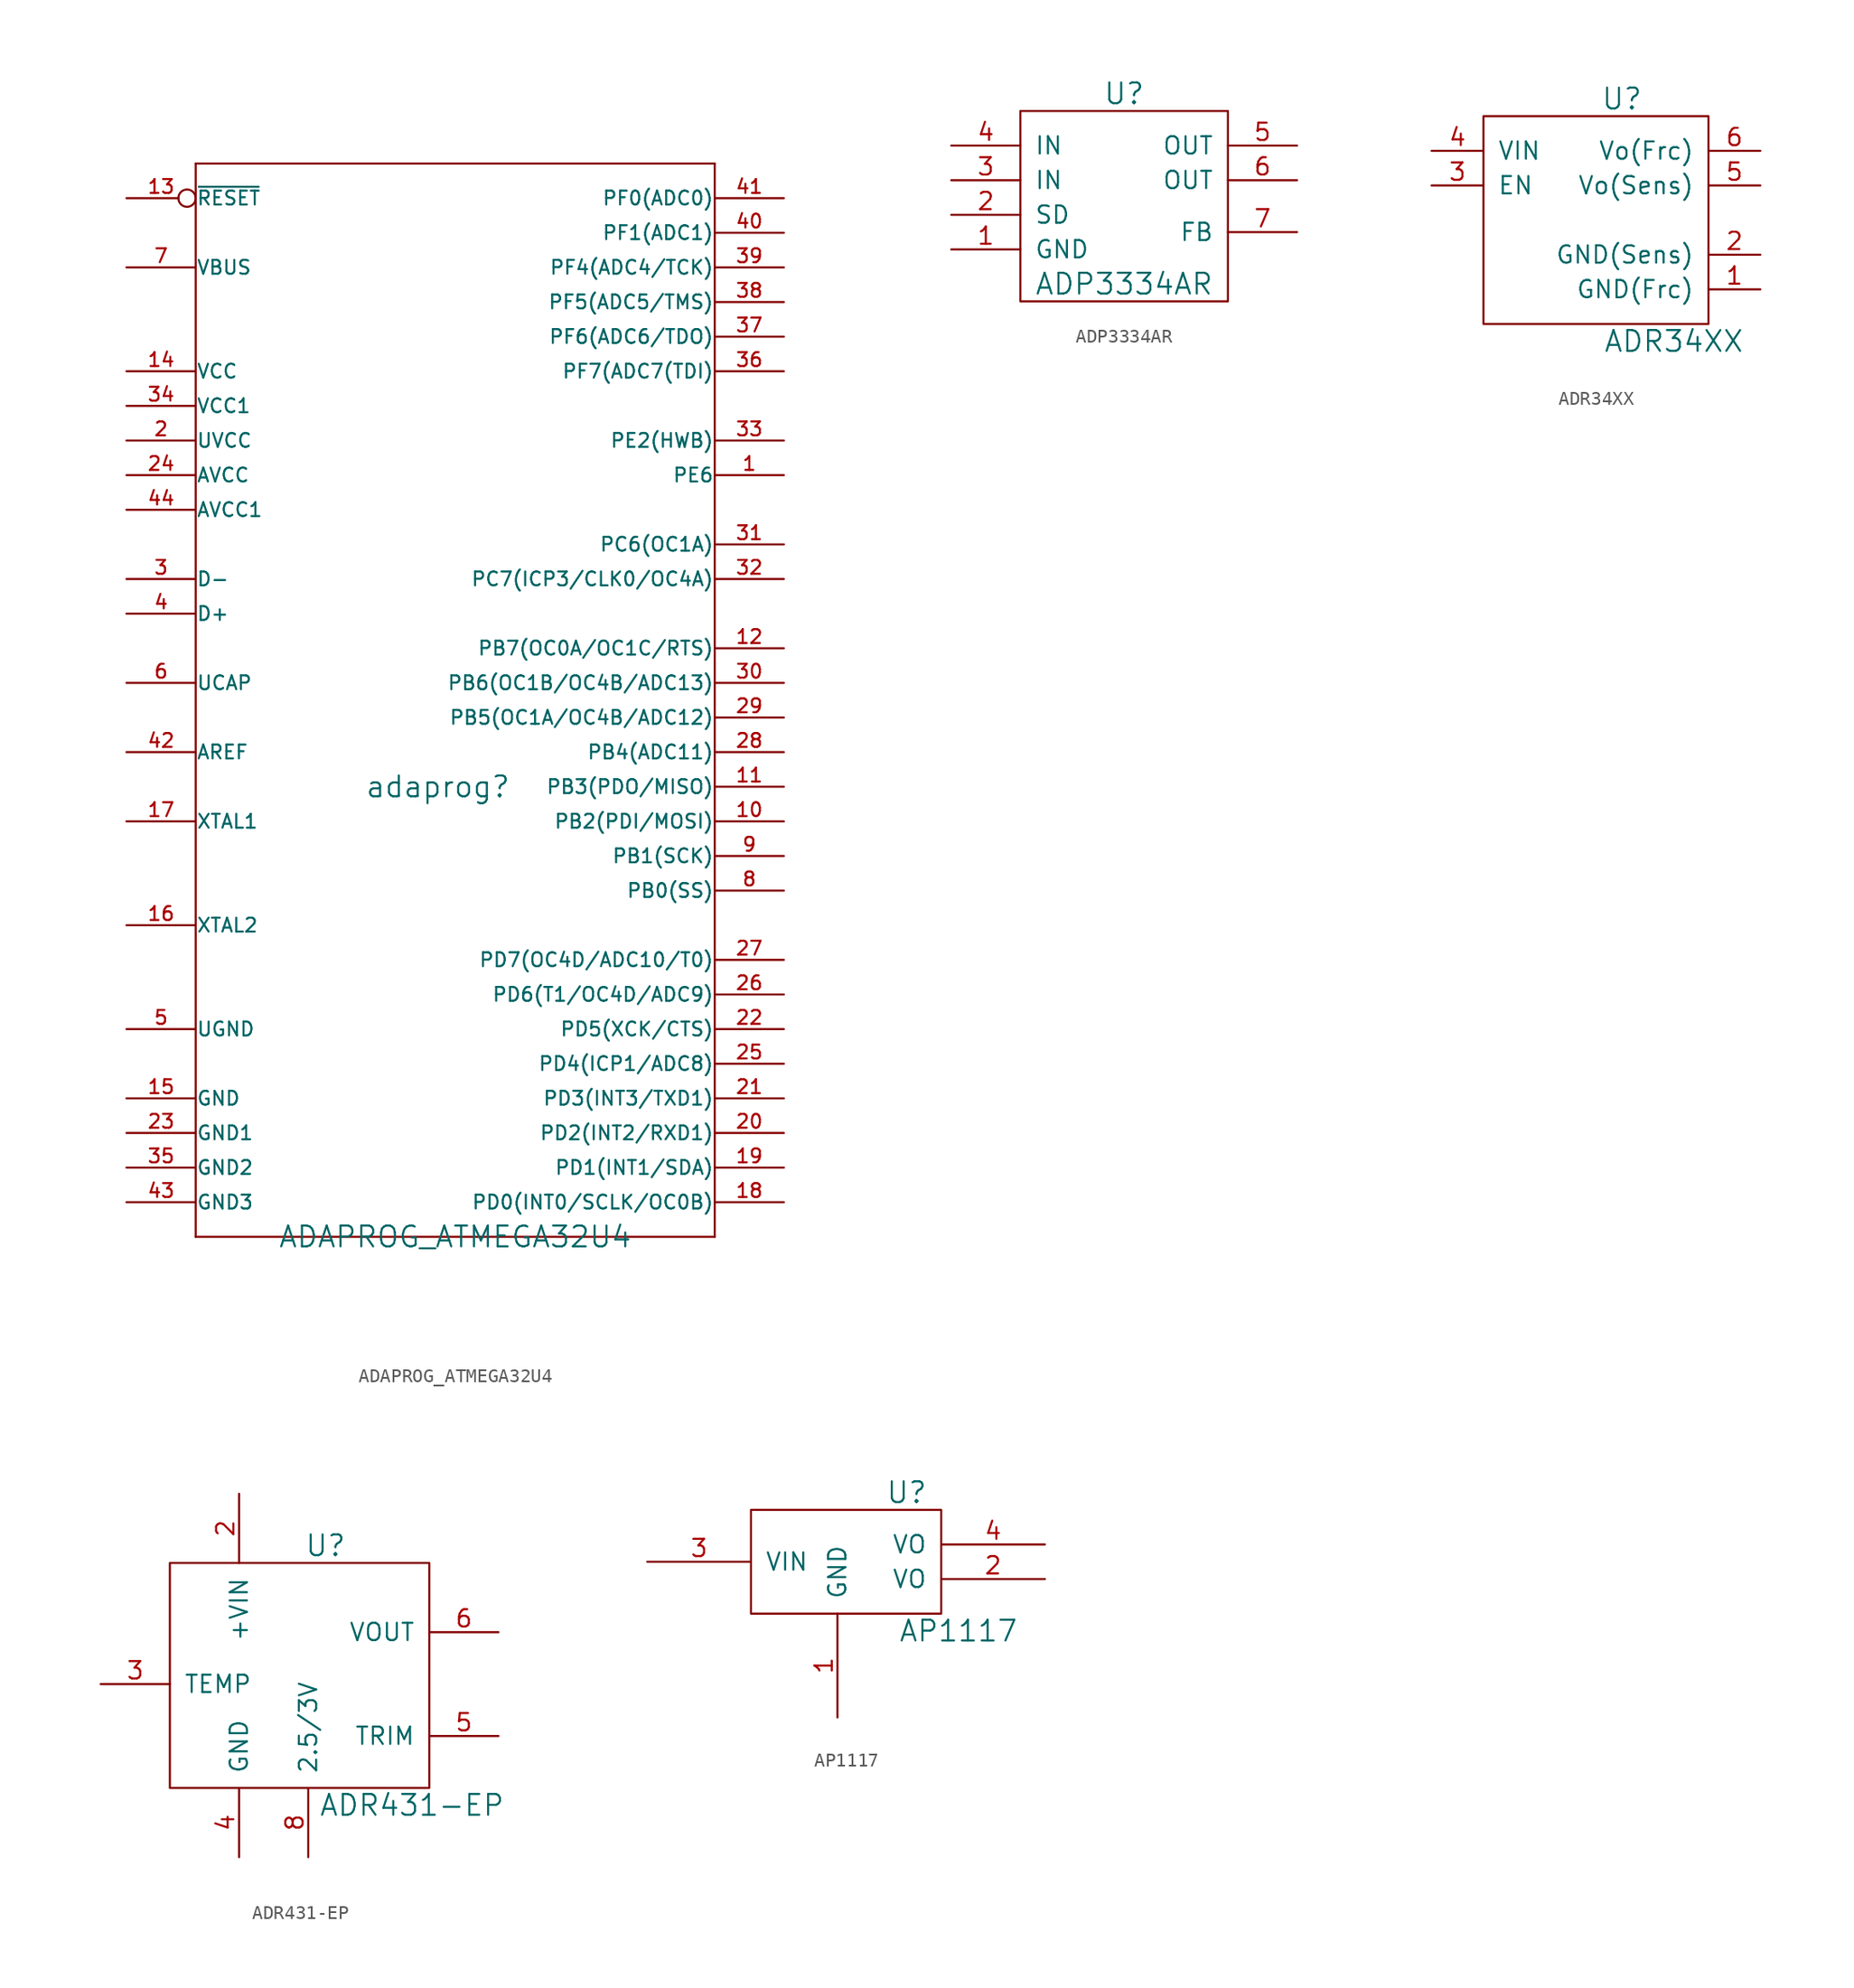
<source format=kicad_sym>
(kicad_symbol_lib
  (version 20220914)
  (generator kicad_symbol_editor)
  (symbol "ADAPROG_ATMEGA32U4"
    (pin_names
      (offset 0.025))
    (property "Reference" "adaprog"
      (at 0 0 0)
      (effects (font (size 1.524 1.524))))
    (property "Value" "ADAPROG_ATMEGA32U4"
      (at 1.27 -33.02 0)
      (effects (font (size 1.524 1.524))))
    (property "Footprint" ""
      (at 0 0 0)
      (effects (font (size 1.524 1.524))))
    (property "Datasheet" ""
      (at 0 0 0)
      (effects (font (size 1.524 1.524))))
    (symbol "ADAPROG_ATMEGA32U4_1_0"
      (polyline (pts (xy -17.78 -33.02) (xy -17.78 45.72)) (stroke (width 0) (type default)) (fill (type none)))
      (polyline (pts (xy -17.78 45.72) (xy 20.32 45.72)) (stroke (width 0) (type default)) (fill (type none)))
      (polyline (pts (xy 20.32 -33.02) (xy -17.78 -33.02)) (stroke (width 0) (type default)) (fill (type none)))
      (polyline (pts (xy 20.32 45.72) (xy 20.32 -33.02)) (stroke (width 0) (type default)) (fill (type none))))
    (symbol "ADAPROG_ATMEGA32U4_1_1"
      (pin bidirectional line (at 25.4 22.86 180) (length 5.08) (name "PE6" (effects (font (size 1.016 1.016)))) (number "1" (effects (font (size 1.016 1.016)))))
      (pin bidirectional line (at 25.4 -2.54 180) (length 5.08) (name "PB2(PDI/MOSI)" (effects (font (size 1.016 1.016)))) (number "10" (effects (font (size 1.016 1.016)))))
      (pin bidirectional line (at 25.4 0 180) (length 5.08) (name "PB3(PDO/MISO)" (effects (font (size 1.016 1.016)))) (number "11" (effects (font (size 1.016 1.016)))))
      (pin bidirectional line (at 25.4 10.16 180) (length 5.08) (name "PB7(OC0A/OC1C/RTS)" (effects (font (size 1.016 1.016)))) (number "12" (effects (font (size 1.016 1.016)))))
      (pin bidirectional inverted (at -22.86 43.18 0) (length 5.08) (name "~{RESET}" (effects (font (size 1.016 1.016)))) (number "13" (effects (font (size 1.016 1.016)))))
      (pin power_in line (at -22.86 30.48 0) (length 5.08) (name "VCC" (effects (font (size 1.016 1.016)))) (number "14" (effects (font (size 1.016 1.016)))))
      (pin power_in line (at -22.86 -22.86 0) (length 5.08) (name "GND" (effects (font (size 1.016 1.016)))) (number "15" (effects (font (size 1.016 1.016)))))
      (pin bidirectional line (at -22.86 -10.16 0) (length 5.08) (name "XTAL2" (effects (font (size 1.016 1.016)))) (number "16" (effects (font (size 1.016 1.016)))))
      (pin bidirectional line (at -22.86 -2.54 0) (length 5.08) (name "XTAL1" (effects (font (size 1.016 1.016)))) (number "17" (effects (font (size 1.016 1.016)))))
      (pin bidirectional line (at 25.4 -30.48 180) (length 5.08) (name "PD0(INT0/SCLK/OC0B)" (effects (font (size 1.016 1.016)))) (number "18" (effects (font (size 1.016 1.016)))))
      (pin bidirectional line (at 25.4 -27.94 180) (length 5.08) (name "PD1(INT1/SDA)" (effects (font (size 1.016 1.016)))) (number "19" (effects (font (size 1.016 1.016)))))
      (pin bidirectional line (at -22.86 25.4 0) (length 5.08) (name "UVCC" (effects (font (size 1.016 1.016)))) (number "2" (effects (font (size 1.016 1.016)))))
      (pin bidirectional line (at 25.4 -25.4 180) (length 5.08) (name "PD2(INT2/RXD1)" (effects (font (size 1.016 1.016)))) (number "20" (effects (font (size 1.016 1.016)))))
      (pin bidirectional line (at 25.4 -22.86 180) (length 5.08) (name "PD3(INT3/TXD1)" (effects (font (size 1.016 1.016)))) (number "21" (effects (font (size 1.016 1.016)))))
      (pin bidirectional line (at 25.4 -17.78 180) (length 5.08) (name "PD5(XCK/CTS)" (effects (font (size 1.016 1.016)))) (number "22" (effects (font (size 1.016 1.016)))))
      (pin power_in line (at -22.86 -25.4 0) (length 5.08) (name "GND1" (effects (font (size 1.016 1.016)))) (number "23" (effects (font (size 1.016 1.016)))))
      (pin power_in line (at -22.86 22.86 0) (length 5.08) (name "AVCC" (effects (font (size 1.016 1.016)))) (number "24" (effects (font (size 1.016 1.016)))))
      (pin bidirectional line (at 25.4 -20.32 180) (length 5.08) (name "PD4(ICP1/ADC8)" (effects (font (size 1.016 1.016)))) (number "25" (effects (font (size 1.016 1.016)))))
      (pin bidirectional line (at 25.4 -15.24 180) (length 5.08) (name "PD6(T1/OC4D/ADC9)" (effects (font (size 1.016 1.016)))) (number "26" (effects (font (size 1.016 1.016)))))
      (pin bidirectional line (at 25.4 -12.7 180) (length 5.08) (name "PD7(OC4D/ADC10/T0)" (effects (font (size 1.016 1.016)))) (number "27" (effects (font (size 1.016 1.016)))))
      (pin bidirectional line (at 25.4 2.54 180) (length 5.08) (name "PB4(ADC11)" (effects (font (size 1.016 1.016)))) (number "28" (effects (font (size 1.016 1.016)))))
      (pin bidirectional line (at 25.4 5.08 180) (length 5.08) (name "PB5(OC1A/OC4B/ADC12)" (effects (font (size 1.016 1.016)))) (number "29" (effects (font (size 1.016 1.016)))))
      (pin bidirectional line (at -22.86 15.24 0) (length 5.08) (name "D-" (effects (font (size 1.016 1.016)))) (number "3" (effects (font (size 1.016 1.016)))))
      (pin bidirectional line (at 25.4 7.62 180) (length 5.08) (name "PB6(OC1B/OC4B/ADC13)" (effects (font (size 1.016 1.016)))) (number "30" (effects (font (size 1.016 1.016)))))
      (pin bidirectional line (at 25.4 17.78 180) (length 5.08) (name "PC6(OC1A)" (effects (font (size 1.016 1.016)))) (number "31" (effects (font (size 1.016 1.016)))))
      (pin bidirectional line (at 25.4 15.24 180) (length 5.08) (name "PC7(ICP3/CLK0/OC4A)" (effects (font (size 1.016 1.016)))) (number "32" (effects (font (size 1.016 1.016)))))
      (pin bidirectional line (at 25.4 25.4 180) (length 5.08) (name "PE2(HWB)" (effects (font (size 1.016 1.016)))) (number "33" (effects (font (size 1.016 1.016)))))
      (pin power_in line (at -22.86 27.94 0) (length 5.08) (name "VCC1" (effects (font (size 1.016 1.016)))) (number "34" (effects (font (size 1.016 1.016)))))
      (pin power_in line (at -22.86 -27.94 0) (length 5.08) (name "GND2" (effects (font (size 1.016 1.016)))) (number "35" (effects (font (size 1.016 1.016)))))
      (pin bidirectional line (at 25.4 30.48 180) (length 5.08) (name "PF7(ADC7(TDI)" (effects (font (size 1.016 1.016)))) (number "36" (effects (font (size 1.016 1.016)))))
      (pin bidirectional line (at 25.4 33.02 180) (length 5.08) (name "PF6(ADC6/TDO)" (effects (font (size 1.016 1.016)))) (number "37" (effects (font (size 1.016 1.016)))))
      (pin bidirectional line (at 25.4 35.56 180) (length 5.08) (name "PF5(ADC5/TMS)" (effects (font (size 1.016 1.016)))) (number "38" (effects (font (size 1.016 1.016)))))
      (pin bidirectional line (at 25.4 38.1 180) (length 5.08) (name "PF4(ADC4/TCK)" (effects (font (size 1.016 1.016)))) (number "39" (effects (font (size 1.016 1.016)))))
      (pin bidirectional line (at -22.86 12.7 0) (length 5.08) (name "D+" (effects (font (size 1.016 1.016)))) (number "4" (effects (font (size 1.016 1.016)))))
      (pin bidirectional line (at 25.4 40.64 180) (length 5.08) (name "PF1(ADC1)" (effects (font (size 1.016 1.016)))) (number "40" (effects (font (size 1.016 1.016)))))
      (pin bidirectional line (at 25.4 43.18 180) (length 5.08) (name "PF0(ADC0)" (effects (font (size 1.016 1.016)))) (number "41" (effects (font (size 1.016 1.016)))))
      (pin bidirectional line (at -22.86 2.54 0) (length 5.08) (name "AREF" (effects (font (size 1.016 1.016)))) (number "42" (effects (font (size 1.016 1.016)))))
      (pin power_in line (at -22.86 -30.48 0) (length 5.08) (name "GND3" (effects (font (size 1.016 1.016)))) (number "43" (effects (font (size 1.016 1.016)))))
      (pin power_in line (at -22.86 20.32 0) (length 5.08) (name "AVCC1" (effects (font (size 1.016 1.016)))) (number "44" (effects (font (size 1.016 1.016)))))
      (pin power_in line (at -22.86 -17.78 0) (length 5.08) (name "UGND" (effects (font (size 1.016 1.016)))) (number "5" (effects (font (size 1.016 1.016)))))
      (pin power_in line (at -22.86 7.62 0) (length 5.08) (name "UCAP" (effects (font (size 1.016 1.016)))) (number "6" (effects (font (size 1.016 1.016)))))
      (pin power_in line (at -22.86 38.1 0) (length 5.08) (name "VBUS" (effects (font (size 1.016 1.016)))) (number "7" (effects (font (size 1.016 1.016)))))
      (pin bidirectional line (at 25.4 -7.62 180) (length 5.08) (name "PB0(SS)" (effects (font (size 1.016 1.016)))) (number "8" (effects (font (size 1.016 1.016)))))
      (pin bidirectional line (at 25.4 -5.08 180) (length 5.08) (name "PB1(SCK)" (effects (font (size 1.016 1.016)))) (number "9" (effects (font (size 1.016 1.016)))))))
  (symbol "ADP3334AR"
    (pin_names
      (offset 1.016))
    (property "Reference" "U"
      (at 0 8.89 0)
      (effects (font (size 1.524 1.524))))
    (property "Value" "ADP3334AR"
      (at 0 -5.08 0)
      (effects (font (size 1.524 1.524))))
    (property "Footprint" ""
      (at 0 0 0)
      (effects (font (size 1.524 1.524))))
    (property "Datasheet" ""
      (at 0 0 0)
      (effects (font (size 1.524 1.524))))
    (symbol "ADP3334AR_0_1"
      (rectangle (start -7.62 -6.35) (end 7.62 7.62) (stroke (width 0) (type default)) (fill (type none))))
    (symbol "ADP3334AR_1_1"
      (pin passive line (at -12.7 -2.54 0) (length 5.08) (name "GND" (effects (font (size 1.27 1.27)))) (number "1" (effects (font (size 1.27 1.27)))))
      (pin passive line (at -12.7 0 0) (length 5.08) (name "SD" (effects (font (size 1.27 1.27)))) (number "2" (effects (font (size 1.27 1.27)))))
      (pin power_in line (at -12.7 2.54 0) (length 5.08) (name "IN" (effects (font (size 1.27 1.27)))) (number "3" (effects (font (size 1.27 1.27)))))
      (pin power_in line (at -12.7 5.08 0) (length 5.08) (name "IN" (effects (font (size 1.27 1.27)))) (number "4" (effects (font (size 1.27 1.27)))))
      (pin power_out line (at 12.7 5.08 180) (length 5.08) (name "OUT" (effects (font (size 1.27 1.27)))) (number "5" (effects (font (size 1.27 1.27)))))
      (pin power_out line (at 12.7 2.54 180) (length 5.08) (name "OUT" (effects (font (size 1.27 1.27)))) (number "6" (effects (font (size 1.27 1.27)))))
      (pin passive line (at 12.7 -1.27 180) (length 5.08) (name "FB" (effects (font (size 1.27 1.27)))) (number "7" (effects (font (size 1.27 1.27)))))))
  (symbol "ADR34XX"
    (pin_names
      (offset 1.016))
    (property "Reference" "U"
      (at 2.54 8.89 0)
      (effects (font (size 1.524 1.524))))
    (property "Value" "ADR34XX"
      (at 6.35 -8.89 0)
      (effects (font (size 1.524 1.524))))
    (property "Footprint" ""
      (at 0 0 0)
      (effects (font (size 1.524 1.524))))
    (property "Datasheet" ""
      (at 0 0 0)
      (effects (font (size 1.524 1.524))))
    (symbol "ADR34XX_0_1"
      (rectangle (start -7.62 7.62) (end 8.89 -7.62) (stroke (width 0) (type default)) (fill (type none))))
    (symbol "ADR34XX_1_1"
      (pin passive line (at 12.7 -5.08 180) (length 3.81) (name "GND(Frc)" (effects (font (size 1.27 1.27)))) (number "1" (effects (font (size 1.27 1.27)))))
      (pin passive line (at 12.7 -2.54 180) (length 3.81) (name "GND(Sens)" (effects (font (size 1.27 1.27)))) (number "2" (effects (font (size 1.27 1.27)))))
      (pin passive line (at -11.43 2.54 0) (length 3.81) (name "EN" (effects (font (size 1.27 1.27)))) (number "3" (effects (font (size 1.27 1.27)))))
      (pin passive line (at -11.43 5.08 0) (length 3.81) (name "VIN" (effects (font (size 1.27 1.27)))) (number "4" (effects (font (size 1.27 1.27)))))
      (pin passive line (at 12.7 2.54 180) (length 3.81) (name "Vo(Sens)" (effects (font (size 1.27 1.27)))) (number "5" (effects (font (size 1.27 1.27)))))
      (pin passive line (at 12.7 5.08 180) (length 3.81) (name "Vo(Frc)" (effects (font (size 1.27 1.27)))) (number "6" (effects (font (size 1.27 1.27)))))))
  (symbol "ADR431-EP"
    (pin_names
      (offset 1.016))
    (property "Reference" "U"
      (at 2.54 10.16 0)
      (effects (font (size 1.524 1.524))))
    (property "Value" "ADR431-EP"
      (at 8.89 -8.89 0)
      (effects (font (size 1.524 1.524))))
    (property "Footprint" ""
      (at 0 0 0)
      (effects (font (size 1.524 1.524))))
    (property "Datasheet" ""
      (at 0 0 0)
      (effects (font (size 1.524 1.524))))
    (symbol "ADR431-EP_0_1"
      (rectangle (start -8.89 8.89) (end 10.16 -7.62) (stroke (width 0) (type default)) (fill (type none))))
    (symbol "ADR431-EP_1_1"
      (pin power_in line (at -3.81 13.97 270) (length 5.08) (name "+VIN" (effects (font (size 1.27 1.27)))) (number "2" (effects (font (size 1.27 1.27)))))
      (pin input line (at -13.97 0 0) (length 5.08) (name "TEMP" (effects (font (size 1.27 1.27)))) (number "3" (effects (font (size 1.27 1.27)))))
      (pin power_in line (at -3.81 -12.7 90) (length 5.08) (name "GND" (effects (font (size 1.27 1.27)))) (number "4" (effects (font (size 1.27 1.27)))))
      (pin passive line (at 15.24 -3.81 180) (length 5.08) (name "TRIM" (effects (font (size 1.27 1.27)))) (number "5" (effects (font (size 1.27 1.27)))))
      (pin power_out line (at 15.24 3.81 180) (length 5.08) (name "VOUT" (effects (font (size 1.27 1.27)))) (number "6" (effects (font (size 1.27 1.27)))))
      (pin power_in line (at 1.27 -12.7 90) (length 5.08) (name "2.5/3V" (effects (font (size 1.27 1.27)))) (number "8" (effects (font (size 1.27 1.27)))))))
  (symbol "AP1117"
    (pin_names
      (offset 1.016))
    (property "Reference" "U"
      (at 2.54 3.81 0)
      (effects (font (size 1.524 1.524))))
    (property "Value" "AP1117"
      (at 6.35 -6.35 0)
      (effects (font (size 1.524 1.524))))
    (property "Footprint" ""
      (at 0 0 0)
      (effects (font (size 1.524 1.524))))
    (property "Datasheet" ""
      (at 0 0 0)
      (effects (font (size 1.524 1.524))))
    (symbol "AP1117_0_1"
      (polyline (pts (xy -8.89 -5.08) (xy -8.89 2.54) (xy 5.08 2.54) (xy 5.08 -5.08) (xy -8.89 -5.08)) (stroke (width 0) (type default)) (fill (type none))))
    (symbol "AP1117_1_1"
      (pin power_in line (at -2.54 -12.7 90) (length 7.62) (name "GND" (effects (font (size 1.27 1.27)))) (number "1" (effects (font (size 1.27 1.27)))))
      (pin passive line (at 12.7 -2.54 180) (length 7.62) (name "VO" (effects (font (size 1.27 1.27)))) (number "2" (effects (font (size 1.27 1.27)))))
      (pin power_in line (at -16.51 -1.27 0) (length 7.62) (name "VIN" (effects (font (size 1.27 1.27)))) (number "3" (effects (font (size 1.27 1.27)))))
      (pin power_out line (at 12.7 0 180) (length 7.62) (name "VO" (effects (font (size 1.27 1.27)))) (number "4" (effects (font (size 1.27 1.27))))))))
</source>
